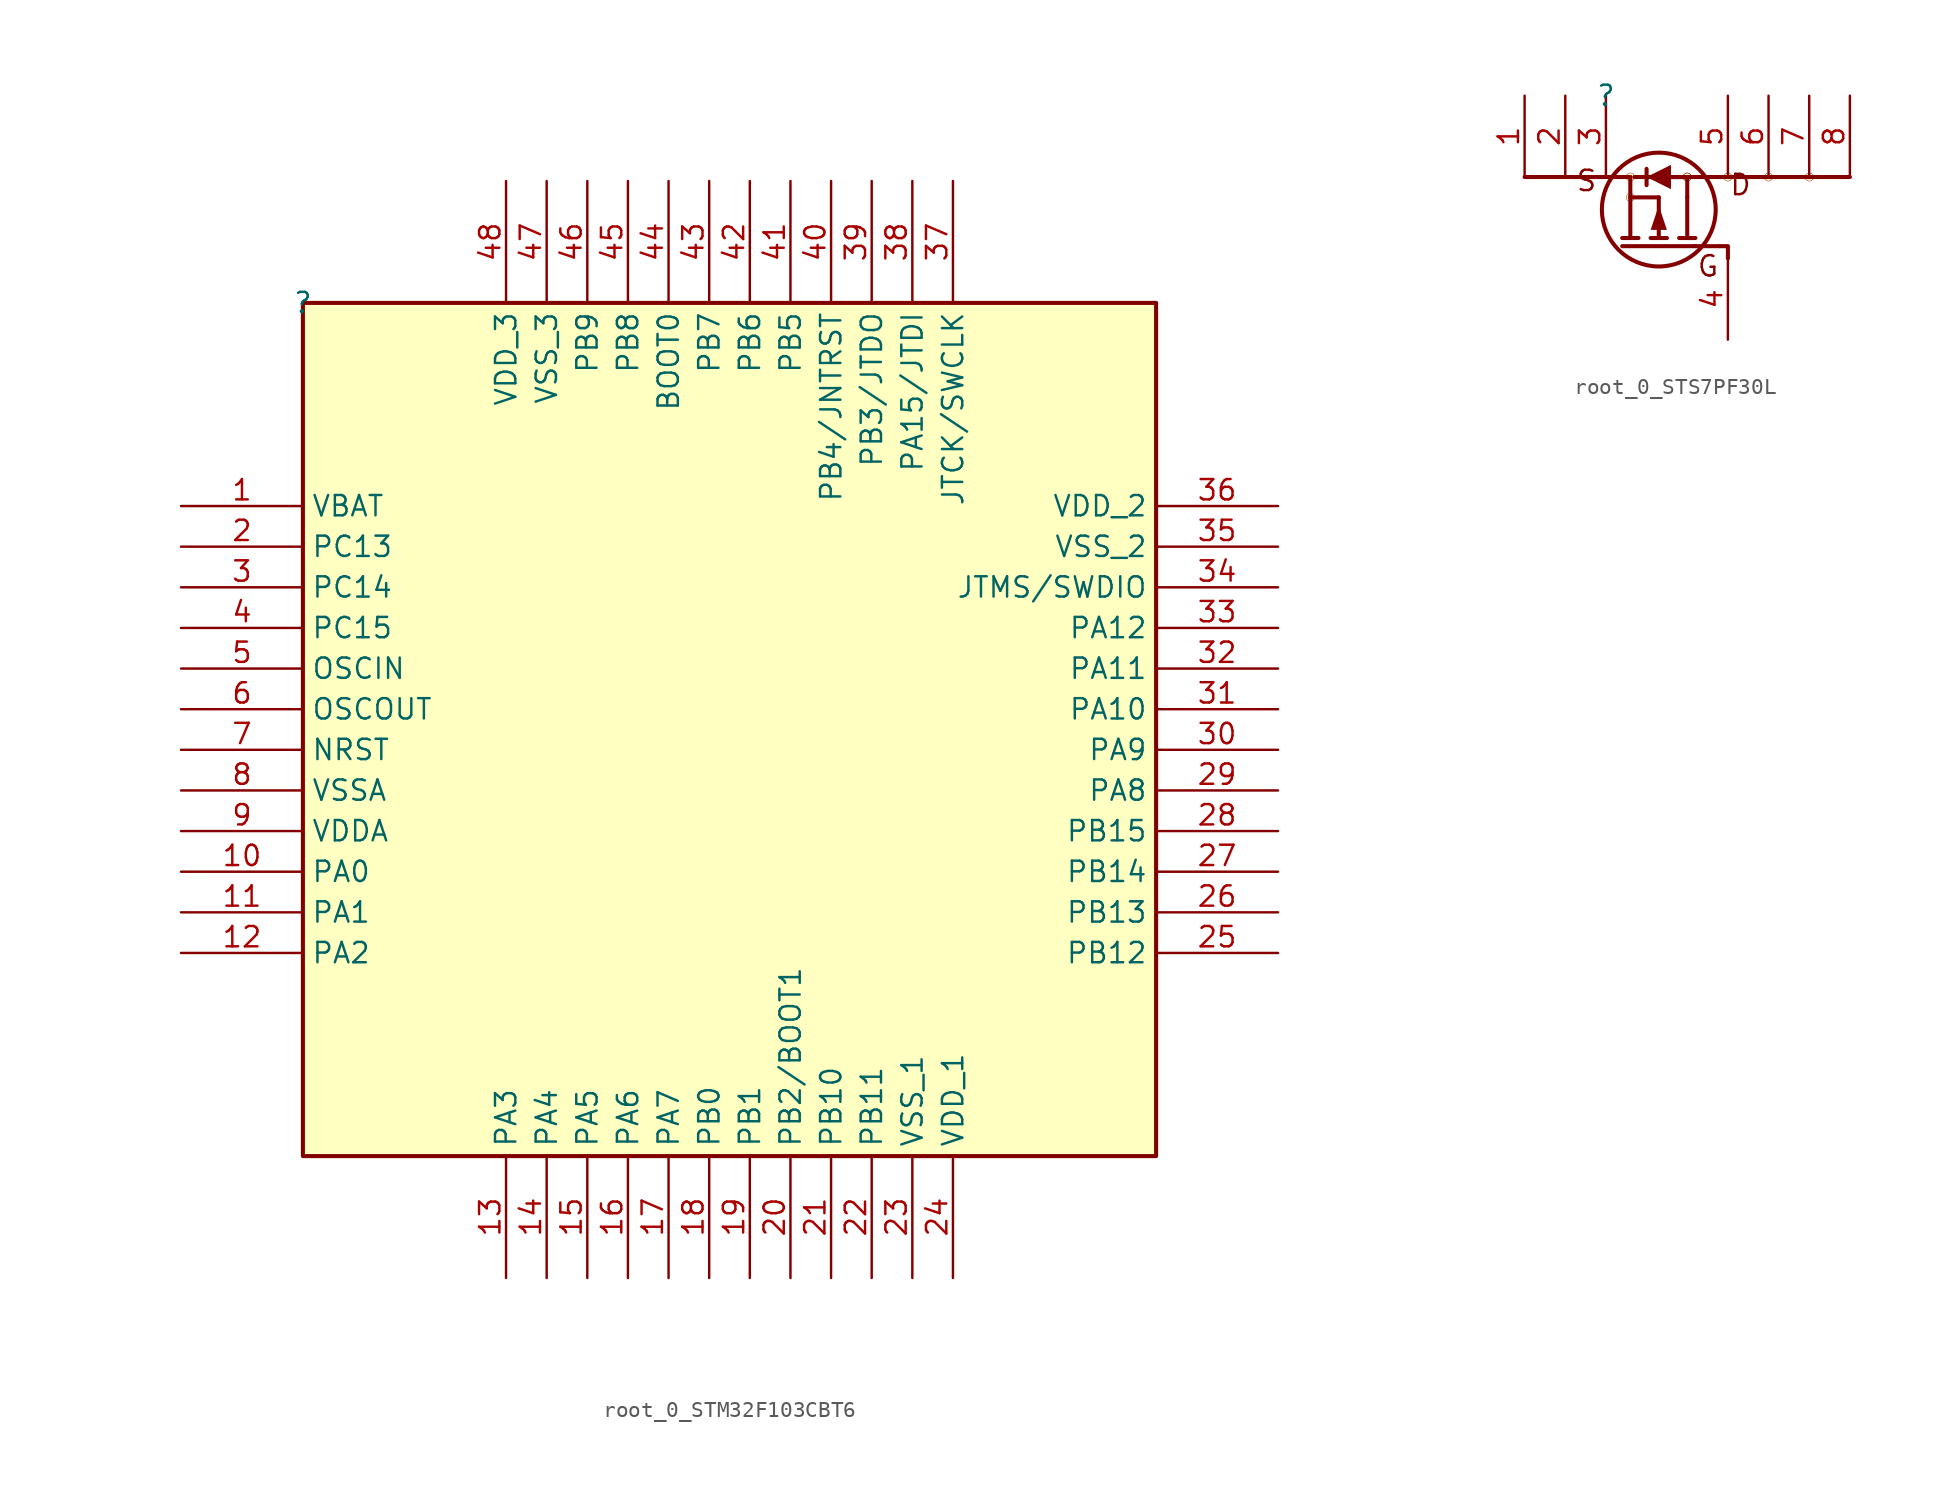
<source format=kicad_sym>
(kicad_symbol_lib
  (version 20231120)
  (generator "kicad_symbol_editor")
  (generator_version "8.0")
  (symbol "root_0_STM32F103CBT6"
    (property "Reference" ""
      (at 0 0 0)
      (effects (font (size 1.27 1.27))))
    (property "Value" ""
      (at 0 0 0)
      (effects (font (size 1.27 1.27))))
    (symbol "root_0_STM32F103CBT6_1_0"
      (rectangle (start 53.34 0) (end 0 -53.34) (stroke (width 0.254) (type solid) (color 128 0 0 1)) (fill (type background)))
      (pin power_in line (at -7.62 -12.7 0) (length 7.62) (name "VBAT" (effects (font (size 1.27 1.27)))) (number "1" (effects (font (size 1.27 1.27)))))
      (pin bidirectional line (at -7.62 -35.56 0) (length 7.62) (name "PA0" (effects (font (size 1.27 1.27)))) (number "10" (effects (font (size 1.27 1.27)))))
      (pin bidirectional line (at -7.62 -38.1 0) (length 7.62) (name "PA1" (effects (font (size 1.27 1.27)))) (number "11" (effects (font (size 1.27 1.27)))))
      (pin bidirectional line (at -7.62 -40.64 0) (length 7.62) (name "PA2" (effects (font (size 1.27 1.27)))) (number "12" (effects (font (size 1.27 1.27)))))
      (pin bidirectional line (at 12.7 -60.96 90) (length 7.62) (name "PA3" (effects (font (size 1.27 1.27)))) (number "13" (effects (font (size 1.27 1.27)))))
      (pin bidirectional line (at 15.24 -60.96 90) (length 7.62) (name "PA4" (effects (font (size 1.27 1.27)))) (number "14" (effects (font (size 1.27 1.27)))))
      (pin bidirectional line (at 17.78 -60.96 90) (length 7.62) (name "PA5" (effects (font (size 1.27 1.27)))) (number "15" (effects (font (size 1.27 1.27)))))
      (pin bidirectional line (at 20.32 -60.96 90) (length 7.62) (name "PA6" (effects (font (size 1.27 1.27)))) (number "16" (effects (font (size 1.27 1.27)))))
      (pin bidirectional line (at 22.86 -60.96 90) (length 7.62) (name "PA7" (effects (font (size 1.27 1.27)))) (number "17" (effects (font (size 1.27 1.27)))))
      (pin bidirectional line (at 25.4 -60.96 90) (length 7.62) (name "PB0" (effects (font (size 1.27 1.27)))) (number "18" (effects (font (size 1.27 1.27)))))
      (pin input line (at 27.94 -60.96 90) (length 7.62) (name "PB1" (effects (font (size 1.27 1.27)))) (number "19" (effects (font (size 1.27 1.27)))))
      (pin bidirectional line (at -7.62 -15.24 0) (length 7.62) (name "PC13" (effects (font (size 1.27 1.27)))) (number "2" (effects (font (size 1.27 1.27)))))
      (pin bidirectional line (at 30.48 -60.96 90) (length 7.62) (name "PB2/BOOT1" (effects (font (size 1.27 1.27)))) (number "20" (effects (font (size 1.27 1.27)))))
      (pin bidirectional line (at 33.02 -60.96 90) (length 7.62) (name "PB10" (effects (font (size 1.27 1.27)))) (number "21" (effects (font (size 1.27 1.27)))))
      (pin bidirectional line (at 35.56 -60.96 90) (length 7.62) (name "PB11" (effects (font (size 1.27 1.27)))) (number "22" (effects (font (size 1.27 1.27)))))
      (pin power_in line (at 38.1 -60.96 90) (length 7.62) (name "VSS_1" (effects (font (size 1.27 1.27)))) (number "23" (effects (font (size 1.27 1.27)))))
      (pin power_in line (at 40.64 -60.96 90) (length 7.62) (name "VDD_1" (effects (font (size 1.27 1.27)))) (number "24" (effects (font (size 1.27 1.27)))))
      (pin bidirectional line (at 60.96 -40.64 180) (length 7.62) (name "PB12" (effects (font (size 1.27 1.27)))) (number "25" (effects (font (size 1.27 1.27)))))
      (pin bidirectional line (at 60.96 -38.1 180) (length 7.62) (name "PB13" (effects (font (size 1.27 1.27)))) (number "26" (effects (font (size 1.27 1.27)))))
      (pin bidirectional line (at 60.96 -35.56 180) (length 7.62) (name "PB14" (effects (font (size 1.27 1.27)))) (number "27" (effects (font (size 1.27 1.27)))))
      (pin bidirectional line (at 60.96 -33.02 180) (length 7.62) (name "PB15" (effects (font (size 1.27 1.27)))) (number "28" (effects (font (size 1.27 1.27)))))
      (pin bidirectional line (at 60.96 -30.48 180) (length 7.62) (name "PA8" (effects (font (size 1.27 1.27)))) (number "29" (effects (font (size 1.27 1.27)))))
      (pin bidirectional line (at -7.62 -17.78 0) (length 7.62) (name "PC14" (effects (font (size 1.27 1.27)))) (number "3" (effects (font (size 1.27 1.27)))))
      (pin bidirectional line (at 60.96 -27.94 180) (length 7.62) (name "PA9" (effects (font (size 1.27 1.27)))) (number "30" (effects (font (size 1.27 1.27)))))
      (pin bidirectional line (at 60.96 -25.4 180) (length 7.62) (name "PA10" (effects (font (size 1.27 1.27)))) (number "31" (effects (font (size 1.27 1.27)))))
      (pin bidirectional line (at 60.96 -22.86 180) (length 7.62) (name "PA11" (effects (font (size 1.27 1.27)))) (number "32" (effects (font (size 1.27 1.27)))))
      (pin bidirectional line (at 60.96 -20.32 180) (length 7.62) (name "PA12" (effects (font (size 1.27 1.27)))) (number "33" (effects (font (size 1.27 1.27)))))
      (pin bidirectional line (at 60.96 -17.78 180) (length 7.62) (name "JTMS/SWDIO" (effects (font (size 1.27 1.27)))) (number "34" (effects (font (size 1.27 1.27)))))
      (pin power_in line (at 60.96 -15.24 180) (length 7.62) (name "VSS_2" (effects (font (size 1.27 1.27)))) (number "35" (effects (font (size 1.27 1.27)))))
      (pin power_in line (at 60.96 -12.7 180) (length 7.62) (name "VDD_2" (effects (font (size 1.27 1.27)))) (number "36" (effects (font (size 1.27 1.27)))))
      (pin bidirectional line (at 40.64 7.62 270) (length 7.62) (name "JTCK/SWCLK" (effects (font (size 1.27 1.27)))) (number "37" (effects (font (size 1.27 1.27)))))
      (pin bidirectional line (at 38.1 7.62 270) (length 7.62) (name "PA15/JTDI" (effects (font (size 1.27 1.27)))) (number "38" (effects (font (size 1.27 1.27)))))
      (pin bidirectional line (at 35.56 7.62 270) (length 7.62) (name "PB3/JTDO" (effects (font (size 1.27 1.27)))) (number "39" (effects (font (size 1.27 1.27)))))
      (pin bidirectional line (at -7.62 -20.32 0) (length 7.62) (name "PC15" (effects (font (size 1.27 1.27)))) (number "4" (effects (font (size 1.27 1.27)))))
      (pin bidirectional line (at 33.02 7.62 270) (length 7.62) (name "PB4/JNTRST" (effects (font (size 1.27 1.27)))) (number "40" (effects (font (size 1.27 1.27)))))
      (pin bidirectional line (at 30.48 7.62 270) (length 7.62) (name "PB5" (effects (font (size 1.27 1.27)))) (number "41" (effects (font (size 1.27 1.27)))))
      (pin bidirectional line (at 27.94 7.62 270) (length 7.62) (name "PB6" (effects (font (size 1.27 1.27)))) (number "42" (effects (font (size 1.27 1.27)))))
      (pin bidirectional line (at 25.4 7.62 270) (length 7.62) (name "PB7" (effects (font (size 1.27 1.27)))) (number "43" (effects (font (size 1.27 1.27)))))
      (pin bidirectional line (at 22.86 7.62 270) (length 7.62) (name "BOOT0" (effects (font (size 1.27 1.27)))) (number "44" (effects (font (size 1.27 1.27)))))
      (pin bidirectional line (at 20.32 7.62 270) (length 7.62) (name "PB8" (effects (font (size 1.27 1.27)))) (number "45" (effects (font (size 1.27 1.27)))))
      (pin bidirectional line (at 17.78 7.62 270) (length 7.62) (name "PB9" (effects (font (size 1.27 1.27)))) (number "46" (effects (font (size 1.27 1.27)))))
      (pin power_in line (at 15.24 7.62 270) (length 7.62) (name "VSS_3" (effects (font (size 1.27 1.27)))) (number "47" (effects (font (size 1.27 1.27)))))
      (pin power_in line (at 12.7 7.62 270) (length 7.62) (name "VDD_3" (effects (font (size 1.27 1.27)))) (number "48" (effects (font (size 1.27 1.27)))))
      (pin input line (at -7.62 -22.86 0) (length 7.62) (name "OSCIN" (effects (font (size 1.27 1.27)))) (number "5" (effects (font (size 1.27 1.27)))))
      (pin output line (at -7.62 -25.4 0) (length 7.62) (name "OSCOUT" (effects (font (size 1.27 1.27)))) (number "6" (effects (font (size 1.27 1.27)))))
      (pin input line (at -7.62 -27.94 0) (length 7.62) (name "NRST" (effects (font (size 1.27 1.27)))) (number "7" (effects (font (size 1.27 1.27)))))
      (pin power_in line (at -7.62 -30.48 0) (length 7.62) (name "VSSA" (effects (font (size 1.27 1.27)))) (number "8" (effects (font (size 1.27 1.27)))))
      (pin power_in line (at -7.62 -33.02 0) (length 7.62) (name "VDDA" (effects (font (size 1.27 1.27)))) (number "9" (effects (font (size 1.27 1.27)))))))
  (symbol "root_0_STS7PF30L"
    (property "Reference" ""
      (at 0 0 0)
      (effects (font (size 1.27 1.27))))
    (property "Value" ""
      (at 0 0 0)
      (effects (font (size 1.27 1.27))))
    (symbol "root_0_STS7PF30L_1_0"
      (polyline (pts (xy 1.016 -9.398) (xy 5.588 -9.398)) (stroke (width 0.254) (type solid)) (fill (type none)))
      (polyline (pts (xy 1.016 -8.89) (xy 2.032 -8.89)) (stroke (width 0.254) (type solid)) (fill (type none)))
      (polyline (pts (xy 1.524 -8.89) (xy 1.524 -5.08)) (stroke (width 0.254) (type solid)) (fill (type none)))
      (polyline (pts (xy 1.524 -5.08) (xy -5.08 -5.08)) (stroke (width 0.254) (type solid)) (fill (type none)))
      (polyline (pts (xy 2.54 -5.588) (xy 2.54 -4.572)) (stroke (width 0.254) (type solid)) (fill (type none)))
      (polyline (pts (xy 3.302 -6.35) (xy 1.524 -6.35)) (stroke (width 0.254) (type solid)) (fill (type none)))
      (polyline (pts (xy 3.302 -6.35) (xy 3.302 -8.89)) (stroke (width 0.254) (type solid)) (fill (type none)))
      (polyline (pts (xy 3.81 -8.89) (xy 2.794 -8.89)) (stroke (width 0.254) (type solid)) (fill (type none)))
      (polyline (pts (xy 4.826 -5.08) (xy 1.778 -5.08)) (stroke (width 0.254) (type solid)) (fill (type none)))
      (polyline (pts (xy 5.08 -6.35) (xy 5.08 -8.89)) (stroke (width 0.254) (type solid)) (fill (type none)))
      (polyline (pts (xy 5.08 -5.08) (xy 2.54 -5.08)) (stroke (width 0.254) (type solid)) (fill (type none)))
      (polyline (pts (xy 5.588 -9.398) (xy 7.112 -9.398)) (stroke (width 0.254) (type solid)) (fill (type none)))
      (polyline (pts (xy 5.588 -8.89) (xy 4.572 -8.89)) (stroke (width 0.254) (type solid)) (fill (type none)))
      (polyline (pts (xy 7.62 -5.08) (xy 7.62 -5.08)) (stroke (width 0.254) (type solid)) (fill (type none)))
      (polyline (pts (xy 5.08 -6.35) (xy 5.08 -5.08) (xy 15.24 -5.08)) (stroke (width 0.254) (type solid)) (fill (type none)))
      (polyline (pts (xy 7.112 -9.398) (xy 7.62 -9.398) (xy 7.62 -10.16)) (stroke (width 0.254) (type solid)) (fill (type none)))
      (polyline (pts (xy 2.54 -5.08) (xy 4.064 -5.842) (xy 4.064 -4.318) (xy 2.54 -5.08)) (stroke (width -0.0001) (type solid)) (fill (type outline)))
      (polyline (pts (xy 3.302 -6.858) (xy 2.794 -8.382) (xy 3.81 -8.382) (xy 3.302 -6.858)) (stroke (width -0.0001) (type solid)) (fill (type outline)))
      (circle (center 1.524 -6.35) (radius 0.254) (stroke (width 0.025) (type solid)) (fill (type background)))
      (circle (center 1.524 -5.08) (radius 0.254) (stroke (width 0.025) (type solid)) (fill (type background)))
      (circle (center 3.302 -7.112) (radius 3.556) (stroke (width 0.254) (type solid)) (fill (type none)))
      (circle (center 5.08 -5.08) (radius 0.254) (stroke (width 0.025) (type solid)) (fill (type background)))
      (circle (center 5.08 -5.08) (radius 0.254) (stroke (width 0.025) (type solid)) (fill (type background)))
      (circle (center 7.62 -5.08) (radius 0.254) (stroke (width 0.025) (type solid)) (fill (type background)))
      (circle (center 10.16 -5.08) (radius 0.254) (stroke (width 0.025) (type solid)) (fill (type background)))
      (circle (center 12.7 -5.08) (radius 0.254) (stroke (width 0.025) (type solid)) (fill (type background)))
      (text "D" (at 9.144 -4.826 0) (effects (font (size 1.27 1.27)) (justify right top)))
      (text "G" (at 7.112 -9.906 0) (effects (font (size 1.27 1.27)) (justify right top)))
      (text "S" (at -0.508 -4.572 0) (effects (font (size 1.27 1.27)) (justify right top)))
      (pin passive line (at -5.08 0 270) (length 5.08) (name "S" (effects (font (size 0 0)))) (number "1" (effects (font (size 1.27 1.27)))))
      (pin passive line (at -2.54 0 270) (length 5.08) (name "S" (effects (font (size 0 0)))) (number "2" (effects (font (size 1.27 1.27)))))
      (pin passive line (at 0 0 270) (length 5.08) (name "S" (effects (font (size 0 0)))) (number "3" (effects (font (size 1.27 1.27)))))
      (pin passive line (at 7.62 -15.24 90) (length 5.08) (name "G" (effects (font (size 0 0)))) (number "4" (effects (font (size 1.27 1.27)))))
      (pin passive line (at 7.62 0 270) (length 5.08) (name "D" (effects (font (size 0 0)))) (number "5" (effects (font (size 1.27 1.27)))))
      (pin passive line (at 10.16 0 270) (length 5.08) (name "D" (effects (font (size 0 0)))) (number "6" (effects (font (size 1.27 1.27)))))
      (pin passive line (at 12.7 0 270) (length 5.08) (name "D" (effects (font (size 0 0)))) (number "7" (effects (font (size 1.27 1.27)))))
      (pin passive line (at 15.24 0 270) (length 5.08) (name "D" (effects (font (size 0 0)))) (number "8" (effects (font (size 1.27 1.27))))))))
</source>
